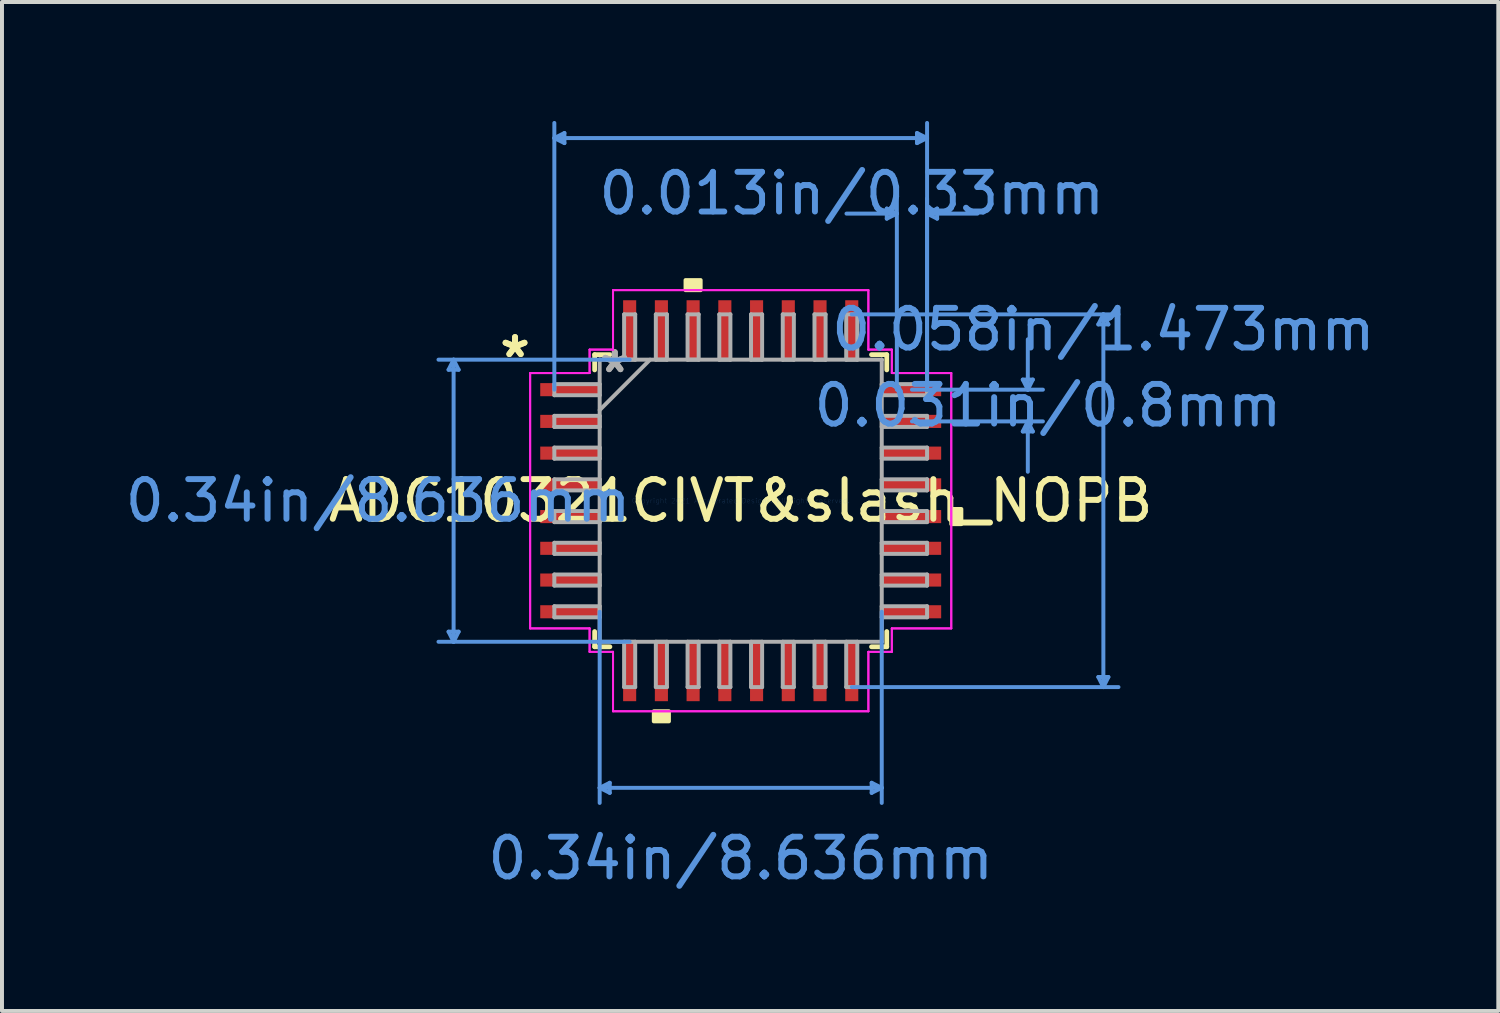
<source format=kicad_pcb>
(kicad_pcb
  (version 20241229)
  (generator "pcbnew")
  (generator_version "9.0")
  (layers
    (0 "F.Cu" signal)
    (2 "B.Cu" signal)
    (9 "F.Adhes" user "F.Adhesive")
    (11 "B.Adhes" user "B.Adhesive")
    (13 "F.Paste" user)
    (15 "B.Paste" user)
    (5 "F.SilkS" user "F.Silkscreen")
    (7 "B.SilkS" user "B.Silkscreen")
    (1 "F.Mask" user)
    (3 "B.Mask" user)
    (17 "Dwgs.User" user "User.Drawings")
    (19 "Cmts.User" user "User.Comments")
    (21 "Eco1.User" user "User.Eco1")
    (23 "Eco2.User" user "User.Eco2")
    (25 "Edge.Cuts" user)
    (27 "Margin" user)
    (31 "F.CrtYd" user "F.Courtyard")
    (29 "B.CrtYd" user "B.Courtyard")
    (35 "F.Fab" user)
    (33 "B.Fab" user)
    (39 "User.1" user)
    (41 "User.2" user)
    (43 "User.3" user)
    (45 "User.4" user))
  (footprint "ADC10321CIVT&slash_NOPB"
    (layer "F.Cu")
    (at 15.626 9.575)
    (property "Reference" "ADC10321CIVT&slash_NOPB" (at 0 0 0) (layer "F.SilkS") (effects (font (size 1 1) (thickness 0.15))))
    (attr through_hole)
    (fp_line (start -3.683 -3.683) (end -3.683 -3.298) (stroke (width 0.12) (type solid)) (layer "F.SilkS"))
    (fp_line (start -3.683 3.298) (end -3.683 3.683) (stroke (width 0.12) (type solid)) (layer "F.SilkS"))
    (fp_line (start -3.683 3.683) (end -3.298 3.683) (stroke (width 0.12) (type solid)) (layer "F.SilkS"))
    (fp_line (start -3.298 -3.683) (end -3.683 -3.683) (stroke (width 0.12) (type solid)) (layer "F.SilkS"))
    (fp_line (start 3.298 3.683) (end 3.683 3.683) (stroke (width 0.12) (type solid)) (layer "F.SilkS"))
    (fp_line (start 3.683 -3.683) (end 3.298 -3.683) (stroke (width 0.12) (type solid)) (layer "F.SilkS"))
    (fp_line (start 3.683 -3.298) (end 3.683 -3.683) (stroke (width 0.12) (type solid)) (layer "F.SilkS"))
    (fp_line (start 3.683 3.683) (end 3.683 3.298) (stroke (width 0.12) (type solid)) (layer "F.SilkS"))
    (fp_poly (pts (xy -2.191 5.309) (xy -2.191 5.563) (xy -1.81 5.563) (xy -1.81 5.309)) (stroke (width 0.1) (type solid)) (fill yes) (layer "F.SilkS"))
    (fp_poly (pts (xy -1.391 -5.309) (xy -1.391 -5.563) (xy -1.01 -5.563) (xy -1.01 -5.309)) (stroke (width 0.1) (type solid)) (fill yes) (layer "F.SilkS"))
    (fp_poly (pts (xy 5.563 0.209) (xy 5.563 0.59) (xy 5.309 0.59) (xy 5.309 0.209)) (stroke (width 0.1) (type solid)) (fill yes) (layer "F.SilkS"))
    (fp_line (start -7.366 -3.302) (end -7.112 -3.302) (stroke (width 0.1) (type solid)) (layer "Cmts.User"))
    (fp_line (start -7.366 3.302) (end -7.112 3.302) (stroke (width 0.1) (type solid)) (layer "Cmts.User"))
    (fp_line (start -7.239 -3.556) (end -7.366 -3.302) (stroke (width 0.1) (type solid)) (layer "Cmts.User"))
    (fp_line (start -7.239 -3.556) (end -7.239 3.556) (stroke (width 0.1) (type solid)) (layer "Cmts.User"))
    (fp_line (start -7.239 -3.556) (end -7.112 -3.302) (stroke (width 0.1) (type solid)) (layer "Cmts.User"))
    (fp_line (start -7.239 3.556) (end -7.366 3.302) (stroke (width 0.1) (type solid)) (layer "Cmts.User"))
    (fp_line (start -7.239 3.556) (end -7.112 3.302) (stroke (width 0.1) (type solid)) (layer "Cmts.User"))
    (fp_line (start -4.699 -9.144) (end -4.445 -9.271) (stroke (width 0.1) (type solid)) (layer "Cmts.User"))
    (fp_line (start -4.699 -9.144) (end -4.445 -9.017) (stroke (width 0.1) (type solid)) (layer "Cmts.User"))
    (fp_line (start -4.699 -9.144) (end 4.699 -9.144) (stroke (width 0.1) (type solid)) (layer "Cmts.User"))
    (fp_line (start -4.699 -2.8) (end -4.699 -9.525) (stroke (width 0.1) (type solid)) (layer "Cmts.User"))
    (fp_line (start -4.445 -9.271) (end -4.445 -9.017) (stroke (width 0.1) (type solid)) (layer "Cmts.User"))
    (fp_line (start -3.556 2.8) (end -3.556 7.62) (stroke (width 0.1) (type solid)) (layer "Cmts.User"))
    (fp_line (start -3.556 7.239) (end -3.302 7.112) (stroke (width 0.1) (type solid)) (layer "Cmts.User"))
    (fp_line (start -3.556 7.239) (end -3.302 7.366) (stroke (width 0.1) (type solid)) (layer "Cmts.User"))
    (fp_line (start -3.556 7.239) (end 3.556 7.239) (stroke (width 0.1) (type solid)) (layer "Cmts.User"))
    (fp_line (start -3.302 7.112) (end -3.302 7.366) (stroke (width 0.1) (type solid)) (layer "Cmts.User"))
    (fp_line (start -2.8 -3.556) (end -7.62 -3.556) (stroke (width 0.1) (type solid)) (layer "Cmts.User"))
    (fp_line (start -2.8 3.556) (end -7.62 3.556) (stroke (width 0.1) (type solid)) (layer "Cmts.User"))
    (fp_line (start 2.8 -4.699) (end 9.525 -4.699) (stroke (width 0.1) (type solid)) (layer "Cmts.User"))
    (fp_line (start 2.8 4.699) (end 9.525 4.699) (stroke (width 0.1) (type solid)) (layer "Cmts.User"))
    (fp_line (start 3.302 7.112) (end 3.302 7.366) (stroke (width 0.1) (type solid)) (layer "Cmts.User"))
    (fp_line (start 3.556 2.8) (end 3.556 7.62) (stroke (width 0.1) (type solid)) (layer "Cmts.User"))
    (fp_line (start 3.556 7.239) (end 3.302 7.112) (stroke (width 0.1) (type solid)) (layer "Cmts.User"))
    (fp_line (start 3.556 7.239) (end 3.302 7.366) (stroke (width 0.1) (type solid)) (layer "Cmts.User"))
    (fp_line (start 3.683 -7.366) (end 3.683 -7.112) (stroke (width 0.1) (type solid)) (layer "Cmts.User"))
    (fp_line (start 3.937 -7.239) (end 2.667 -7.239) (stroke (width 0.1) (type solid)) (layer "Cmts.User"))
    (fp_line (start 3.937 -7.239) (end 3.683 -7.366) (stroke (width 0.1) (type solid)) (layer "Cmts.User"))
    (fp_line (start 3.937 -7.239) (end 3.683 -7.112) (stroke (width 0.1) (type solid)) (layer "Cmts.User"))
    (fp_line (start 3.937 -2.8) (end 3.937 -7.62) (stroke (width 0.1) (type solid)) (layer "Cmts.User"))
    (fp_line (start 4.318 -2.8) (end 7.62 -2.8) (stroke (width 0.1) (type solid)) (layer "Cmts.User"))
    (fp_line (start 4.318 -2) (end 7.62 -2) (stroke (width 0.1) (type solid)) (layer "Cmts.User"))
    (fp_line (start 4.445 -9.271) (end 4.445 -9.017) (stroke (width 0.1) (type solid)) (layer "Cmts.User"))
    (fp_line (start 4.699 -9.144) (end 4.445 -9.271) (stroke (width 0.1) (type solid)) (layer "Cmts.User"))
    (fp_line (start 4.699 -9.144) (end 4.445 -9.017) (stroke (width 0.1) (type solid)) (layer "Cmts.User"))
    (fp_line (start 4.699 -7.239) (end 4.953 -7.366) (stroke (width 0.1) (type solid)) (layer "Cmts.User"))
    (fp_line (start 4.699 -7.239) (end 4.953 -7.112) (stroke (width 0.1) (type solid)) (layer "Cmts.User"))
    (fp_line (start 4.699 -7.239) (end 5.969 -7.239) (stroke (width 0.1) (type solid)) (layer "Cmts.User"))
    (fp_line (start 4.699 -2.8) (end 4.699 -9.525) (stroke (width 0.1) (type solid)) (layer "Cmts.User"))
    (fp_line (start 4.699 -2.8) (end 4.699 -7.62) (stroke (width 0.1) (type solid)) (layer "Cmts.User"))
    (fp_line (start 4.953 -7.366) (end 4.953 -7.112) (stroke (width 0.1) (type solid)) (layer "Cmts.User"))
    (fp_line (start 7.112 -3.054) (end 7.366 -3.054) (stroke (width 0.1) (type solid)) (layer "Cmts.User"))
    (fp_line (start 7.112 -1.746) (end 7.366 -1.746) (stroke (width 0.1) (type solid)) (layer "Cmts.User"))
    (fp_line (start 7.239 -2.8) (end 7.112 -3.054) (stroke (width 0.1) (type solid)) (layer "Cmts.User"))
    (fp_line (start 7.239 -2.8) (end 7.239 -4.07) (stroke (width 0.1) (type solid)) (layer "Cmts.User"))
    (fp_line (start 7.239 -2.8) (end 7.366 -3.054) (stroke (width 0.1) (type solid)) (layer "Cmts.User"))
    (fp_line (start 7.239 -2) (end 7.112 -1.746) (stroke (width 0.1) (type solid)) (layer "Cmts.User"))
    (fp_line (start 7.239 -2) (end 7.239 -0.73) (stroke (width 0.1) (type solid)) (layer "Cmts.User"))
    (fp_line (start 7.239 -2) (end 7.366 -1.746) (stroke (width 0.1) (type solid)) (layer "Cmts.User"))
    (fp_line (start 9.017 -4.445) (end 9.271 -4.445) (stroke (width 0.1) (type solid)) (layer "Cmts.User"))
    (fp_line (start 9.017 4.445) (end 9.271 4.445) (stroke (width 0.1) (type solid)) (layer "Cmts.User"))
    (fp_line (start 9.144 -4.699) (end 9.017 -4.445) (stroke (width 0.1) (type solid)) (layer "Cmts.User"))
    (fp_line (start 9.144 -4.699) (end 9.144 4.699) (stroke (width 0.1) (type solid)) (layer "Cmts.User"))
    (fp_line (start 9.144 -4.699) (end 9.271 -4.445) (stroke (width 0.1) (type solid)) (layer "Cmts.User"))
    (fp_line (start 9.144 4.699) (end 9.017 4.445) (stroke (width 0.1) (type solid)) (layer "Cmts.User"))
    (fp_line (start 9.144 4.699) (end 9.271 4.445) (stroke (width 0.1) (type solid)) (layer "Cmts.User"))
    (fp_line (start -5.309 -3.219) (end -3.81 -3.219) (stroke (width 0.05) (type solid)) (layer "F.CrtYd"))
    (fp_line (start -5.309 -3.219) (end -3.81 -3.219) (stroke (width 0.05) (type solid)) (layer "F.CrtYd"))
    (fp_line (start -5.309 3.219) (end -5.309 -3.219) (stroke (width 0.05) (type solid)) (layer "F.CrtYd"))
    (fp_line (start -5.309 3.219) (end -5.309 -3.219) (stroke (width 0.05) (type solid)) (layer "F.CrtYd"))
    (fp_line (start -3.81 -3.81) (end -3.219 -3.81) (stroke (width 0.05) (type solid)) (layer "F.CrtYd"))
    (fp_line (start -3.81 -3.81) (end -3.219 -3.81) (stroke (width 0.05) (type solid)) (layer "F.CrtYd"))
    (fp_line (start -3.81 -3.219) (end -3.81 -3.81) (stroke (width 0.05) (type solid)) (layer "F.CrtYd"))
    (fp_line (start -3.81 -3.219) (end -3.81 -3.81) (stroke (width 0.05) (type solid)) (layer "F.CrtYd"))
    (fp_line (start -3.81 3.219) (end -5.309 3.219) (stroke (width 0.05) (type solid)) (layer "F.CrtYd"))
    (fp_line (start -3.81 3.219) (end -5.309 3.219) (stroke (width 0.05) (type solid)) (layer "F.CrtYd"))
    (fp_line (start -3.81 3.81) (end -3.81 3.219) (stroke (width 0.05) (type solid)) (layer "F.CrtYd"))
    (fp_line (start -3.81 3.81) (end -3.81 3.219) (stroke (width 0.05) (type solid)) (layer "F.CrtYd"))
    (fp_line (start -3.81 3.81) (end -3.219 3.81) (stroke (width 0.05) (type solid)) (layer "F.CrtYd"))
    (fp_line (start -3.219 -5.309) (end 3.219 -5.309) (stroke (width 0.05) (type solid)) (layer "F.CrtYd"))
    (fp_line (start -3.219 -5.309) (end 3.219 -5.309) (stroke (width 0.05) (type solid)) (layer "F.CrtYd"))
    (fp_line (start -3.219 -3.81) (end -3.219 -5.309) (stroke (width 0.05) (type solid)) (layer "F.CrtYd"))
    (fp_line (start -3.219 -3.81) (end -3.219 -5.309) (stroke (width 0.05) (type solid)) (layer "F.CrtYd"))
    (fp_line (start -3.219 3.81) (end -3.81 3.81) (stroke (width 0.05) (type solid)) (layer "F.CrtYd"))
    (fp_line (start -3.219 3.81) (end -3.219 5.309) (stroke (width 0.05) (type solid)) (layer "F.CrtYd"))
    (fp_line (start -3.219 5.309) (end -3.219 3.81) (stroke (width 0.05) (type solid)) (layer "F.CrtYd"))
    (fp_line (start -3.219 5.309) (end 3.219 5.309) (stroke (width 0.05) (type solid)) (layer "F.CrtYd"))
    (fp_line (start 3.219 -5.309) (end 3.219 -3.81) (stroke (width 0.05) (type solid)) (layer "F.CrtYd"))
    (fp_line (start 3.219 -5.309) (end 3.219 -3.81) (stroke (width 0.05) (type solid)) (layer "F.CrtYd"))
    (fp_line (start 3.219 -3.81) (end 3.81 -3.81) (stroke (width 0.05) (type solid)) (layer "F.CrtYd"))
    (fp_line (start 3.219 -3.81) (end 3.81 -3.81) (stroke (width 0.05) (type solid)) (layer "F.CrtYd"))
    (fp_line (start 3.219 3.81) (end 3.219 5.309) (stroke (width 0.05) (type solid)) (layer "F.CrtYd"))
    (fp_line (start 3.219 3.81) (end 3.81 3.81) (stroke (width 0.05) (type solid)) (layer "F.CrtYd"))
    (fp_line (start 3.219 5.309) (end -3.219 5.309) (stroke (width 0.05) (type solid)) (layer "F.CrtYd"))
    (fp_line (start 3.219 5.309) (end 3.219 3.81) (stroke (width 0.05) (type solid)) (layer "F.CrtYd"))
    (fp_line (start 3.81 -3.81) (end 3.81 -3.219) (stroke (width 0.05) (type solid)) (layer "F.CrtYd"))
    (fp_line (start 3.81 -3.219) (end 3.81 -3.81) (stroke (width 0.05) (type solid)) (layer "F.CrtYd"))
    (fp_line (start 3.81 -3.219) (end 5.309 -3.219) (stroke (width 0.05) (type solid)) (layer "F.CrtYd"))
    (fp_line (start 3.81 3.219) (end 3.81 3.81) (stroke (width 0.05) (type solid)) (layer "F.CrtYd"))
    (fp_line (start 3.81 3.219) (end 5.309 3.219) (stroke (width 0.05) (type solid)) (layer "F.CrtYd"))
    (fp_line (start 3.81 3.81) (end 3.219 3.81) (stroke (width 0.05) (type solid)) (layer "F.CrtYd"))
    (fp_line (start 3.81 3.81) (end 3.81 3.219) (stroke (width 0.05) (type solid)) (layer "F.CrtYd"))
    (fp_line (start 5.309 -3.219) (end 3.81 -3.219) (stroke (width 0.05) (type solid)) (layer "F.CrtYd"))
    (fp_line (start 5.309 -3.219) (end 5.309 3.219) (stroke (width 0.05) (type solid)) (layer "F.CrtYd"))
    (fp_line (start 5.309 3.219) (end 3.81 3.219) (stroke (width 0.05) (type solid)) (layer "F.CrtYd"))
    (fp_line (start 5.309 3.219) (end 5.309 -3.219) (stroke (width 0.05) (type solid)) (layer "F.CrtYd"))
    (fp_line (start -4.699 -2.94) (end -4.699 -2.66) (stroke (width 0.1) (type solid)) (layer "F.Fab"))
    (fp_line (start -4.699 -2.66) (end -3.556 -2.66) (stroke (width 0.1) (type solid)) (layer "F.Fab"))
    (fp_line (start -4.699 -2.14) (end -4.699 -1.86) (stroke (width 0.1) (type solid)) (layer "F.Fab"))
    (fp_line (start -4.699 -1.86) (end -3.556 -1.86) (stroke (width 0.1) (type solid)) (layer "F.Fab"))
    (fp_line (start -4.699 -1.34) (end -4.699 -1.06) (stroke (width 0.1) (type solid)) (layer "F.Fab"))
    (fp_line (start -4.699 -1.06) (end -3.556 -1.06) (stroke (width 0.1) (type solid)) (layer "F.Fab"))
    (fp_line (start -4.699 -0.54) (end -4.699 -0.26) (stroke (width 0.1) (type solid)) (layer "F.Fab"))
    (fp_line (start -4.699 -0.26) (end -3.556 -0.26) (stroke (width 0.1) (type solid)) (layer "F.Fab"))
    (fp_line (start -4.699 0.26) (end -4.699 0.54) (stroke (width 0.1) (type solid)) (layer "F.Fab"))
    (fp_line (start -4.699 0.54) (end -3.556 0.54) (stroke (width 0.1) (type solid)) (layer "F.Fab"))
    (fp_line (start -4.699 1.06) (end -4.699 1.34) (stroke (width 0.1) (type solid)) (layer "F.Fab"))
    (fp_line (start -4.699 1.34) (end -3.556 1.34) (stroke (width 0.1) (type solid)) (layer "F.Fab"))
    (fp_line (start -4.699 1.86) (end -4.699 2.14) (stroke (width 0.1) (type solid)) (layer "F.Fab"))
    (fp_line (start -4.699 2.14) (end -3.556 2.14) (stroke (width 0.1) (type solid)) (layer "F.Fab"))
    (fp_line (start -4.699 2.66) (end -4.699 2.94) (stroke (width 0.1) (type solid)) (layer "F.Fab"))
    (fp_line (start -4.699 2.94) (end -3.556 2.94) (stroke (width 0.1) (type solid)) (layer "F.Fab"))
    (fp_line (start -3.556 -3.556) (end -3.556 -3.556) (stroke (width 0.1) (type solid)) (layer "F.Fab"))
    (fp_line (start -3.556 -3.556) (end -3.556 3.556) (stroke (width 0.1) (type solid)) (layer "F.Fab"))
    (fp_line (start -3.556 -2.94) (end -4.699 -2.94) (stroke (width 0.1) (type solid)) (layer "F.Fab"))
    (fp_line (start -3.556 -2.66) (end -3.556 -2.94) (stroke (width 0.1) (type solid)) (layer "F.Fab"))
    (fp_line (start -3.556 -2.286) (end -2.286 -3.556) (stroke (width 0.1) (type solid)) (layer "F.Fab"))
    (fp_line (start -3.556 -2.14) (end -4.699 -2.14) (stroke (width 0.1) (type solid)) (layer "F.Fab"))
    (fp_line (start -3.556 -1.86) (end -3.556 -2.14) (stroke (width 0.1) (type solid)) (layer "F.Fab"))
    (fp_line (start -3.556 -1.34) (end -4.699 -1.34) (stroke (width 0.1) (type solid)) (layer "F.Fab"))
    (fp_line (start -3.556 -1.06) (end -3.556 -1.34) (stroke (width 0.1) (type solid)) (layer "F.Fab"))
    (fp_line (start -3.556 -0.54) (end -4.699 -0.54) (stroke (width 0.1) (type solid)) (layer "F.Fab"))
    (fp_line (start -3.556 -0.26) (end -3.556 -0.54) (stroke (width 0.1) (type solid)) (layer "F.Fab"))
    (fp_line (start -3.556 0.26) (end -4.699 0.26) (stroke (width 0.1) (type solid)) (layer "F.Fab"))
    (fp_line (start -3.556 0.54) (end -3.556 0.26) (stroke (width 0.1) (type solid)) (layer "F.Fab"))
    (fp_line (start -3.556 1.06) (end -4.699 1.06) (stroke (width 0.1) (type solid)) (layer "F.Fab"))
    (fp_line (start -3.556 1.34) (end -3.556 1.06) (stroke (width 0.1) (type solid)) (layer "F.Fab"))
    (fp_line (start -3.556 1.86) (end -4.699 1.86) (stroke (width 0.1) (type solid)) (layer "F.Fab"))
    (fp_line (start -3.556 2.14) (end -3.556 1.86) (stroke (width 0.1) (type solid)) (layer "F.Fab"))
    (fp_line (start -3.556 2.66) (end -4.699 2.66) (stroke (width 0.1) (type solid)) (layer "F.Fab"))
    (fp_line (start -3.556 2.94) (end -3.556 2.66) (stroke (width 0.1) (type solid)) (layer "F.Fab"))
    (fp_line (start -3.556 3.556) (end -3.556 3.556) (stroke (width 0.1) (type solid)) (layer "F.Fab"))
    (fp_line (start -3.556 3.556) (end 3.556 3.556) (stroke (width 0.1) (type solid)) (layer "F.Fab"))
    (fp_line (start -2.94 -4.699) (end -2.94 -3.556) (stroke (width 0.1) (type solid)) (layer "F.Fab"))
    (fp_line (start -2.94 -3.556) (end -2.66 -3.556) (stroke (width 0.1) (type solid)) (layer "F.Fab"))
    (fp_line (start -2.94 3.556) (end -2.94 4.699) (stroke (width 0.1) (type solid)) (layer "F.Fab"))
    (fp_line (start -2.94 4.699) (end -2.66 4.699) (stroke (width 0.1) (type solid)) (layer "F.Fab"))
    (fp_line (start -2.66 -4.699) (end -2.94 -4.699) (stroke (width 0.1) (type solid)) (layer "F.Fab"))
    (fp_line (start -2.66 -3.556) (end -2.66 -4.699) (stroke (width 0.1) (type solid)) (layer "F.Fab"))
    (fp_line (start -2.66 3.556) (end -2.94 3.556) (stroke (width 0.1) (type solid)) (layer "F.Fab"))
    (fp_line (start -2.66 4.699) (end -2.66 3.556) (stroke (width 0.1) (type solid)) (layer "F.Fab"))
    (fp_line (start -2.14 -4.699) (end -2.14 -3.556) (stroke (width 0.1) (type solid)) (layer "F.Fab"))
    (fp_line (start -2.14 -3.556) (end -1.86 -3.556) (stroke (width 0.1) (type solid)) (layer "F.Fab"))
    (fp_line (start -2.14 3.556) (end -2.14 4.699) (stroke (width 0.1) (type solid)) (layer "F.Fab"))
    (fp_line (start -2.14 4.699) (end -1.86 4.699) (stroke (width 0.1) (type solid)) (layer "F.Fab"))
    (fp_line (start -1.86 -4.699) (end -2.14 -4.699) (stroke (width 0.1) (type solid)) (layer "F.Fab"))
    (fp_line (start -1.86 -3.556) (end -1.86 -4.699) (stroke (width 0.1) (type solid)) (layer "F.Fab"))
    (fp_line (start -1.86 3.556) (end -2.14 3.556) (stroke (width 0.1) (type solid)) (layer "F.Fab"))
    (fp_line (start -1.86 4.699) (end -1.86 3.556) (stroke (width 0.1) (type solid)) (layer "F.Fab"))
    (fp_line (start -1.34 -4.699) (end -1.34 -3.556) (stroke (width 0.1) (type solid)) (layer "F.Fab"))
    (fp_line (start -1.34 -3.556) (end -1.06 -3.556) (stroke (width 0.1) (type solid)) (layer "F.Fab"))
    (fp_line (start -1.34 3.556) (end -1.34 4.699) (stroke (width 0.1) (type solid)) (layer "F.Fab"))
    (fp_line (start -1.34 4.699) (end -1.06 4.699) (stroke (width 0.1) (type solid)) (layer "F.Fab"))
    (fp_line (start -1.06 -4.699) (end -1.34 -4.699) (stroke (width 0.1) (type solid)) (layer "F.Fab"))
    (fp_line (start -1.06 -3.556) (end -1.06 -4.699) (stroke (width 0.1) (type solid)) (layer "F.Fab"))
    (fp_line (start -1.06 3.556) (end -1.34 3.556) (stroke (width 0.1) (type solid)) (layer "F.Fab"))
    (fp_line (start -1.06 4.699) (end -1.06 3.556) (stroke (width 0.1) (type solid)) (layer "F.Fab"))
    (fp_line (start -0.54 -4.699) (end -0.54 -3.556) (stroke (width 0.1) (type solid)) (layer "F.Fab"))
    (fp_line (start -0.54 -3.556) (end -0.26 -3.556) (stroke (width 0.1) (type solid)) (layer "F.Fab"))
    (fp_line (start -0.54 3.556) (end -0.54 4.699) (stroke (width 0.1) (type solid)) (layer "F.Fab"))
    (fp_line (start -0.54 4.699) (end -0.26 4.699) (stroke (width 0.1) (type solid)) (layer "F.Fab"))
    (fp_line (start -0.26 -4.699) (end -0.54 -4.699) (stroke (width 0.1) (type solid)) (layer "F.Fab"))
    (fp_line (start -0.26 -3.556) (end -0.26 -4.699) (stroke (width 0.1) (type solid)) (layer "F.Fab"))
    (fp_line (start -0.26 3.556) (end -0.54 3.556) (stroke (width 0.1) (type solid)) (layer "F.Fab"))
    (fp_line (start -0.26 4.699) (end -0.26 3.556) (stroke (width 0.1) (type solid)) (layer "F.Fab"))
    (fp_line (start 0.26 -4.699) (end 0.26 -3.556) (stroke (width 0.1) (type solid)) (layer "F.Fab"))
    (fp_line (start 0.26 -3.556) (end 0.54 -3.556) (stroke (width 0.1) (type solid)) (layer "F.Fab"))
    (fp_line (start 0.26 3.556) (end 0.26 4.699) (stroke (width 0.1) (type solid)) (layer "F.Fab"))
    (fp_line (start 0.26 4.699) (end 0.54 4.699) (stroke (width 0.1) (type solid)) (layer "F.Fab"))
    (fp_line (start 0.54 -4.699) (end 0.26 -4.699) (stroke (width 0.1) (type solid)) (layer "F.Fab"))
    (fp_line (start 0.54 -3.556) (end 0.54 -4.699) (stroke (width 0.1) (type solid)) (layer "F.Fab"))
    (fp_line (start 0.54 3.556) (end 0.26 3.556) (stroke (width 0.1) (type solid)) (layer "F.Fab"))
    (fp_line (start 0.54 4.699) (end 0.54 3.556) (stroke (width 0.1) (type solid)) (layer "F.Fab"))
    (fp_line (start 1.06 -4.699) (end 1.06 -3.556) (stroke (width 0.1) (type solid)) (layer "F.Fab"))
    (fp_line (start 1.06 -3.556) (end 1.34 -3.556) (stroke (width 0.1) (type solid)) (layer "F.Fab"))
    (fp_line (start 1.06 3.556) (end 1.06 4.699) (stroke (width 0.1) (type solid)) (layer "F.Fab"))
    (fp_line (start 1.06 4.699) (end 1.34 4.699) (stroke (width 0.1) (type solid)) (layer "F.Fab"))
    (fp_line (start 1.34 -4.699) (end 1.06 -4.699) (stroke (width 0.1) (type solid)) (layer "F.Fab"))
    (fp_line (start 1.34 -3.556) (end 1.34 -4.699) (stroke (width 0.1) (type solid)) (layer "F.Fab"))
    (fp_line (start 1.34 3.556) (end 1.06 3.556) (stroke (width 0.1) (type solid)) (layer "F.Fab"))
    (fp_line (start 1.34 4.699) (end 1.34 3.556) (stroke (width 0.1) (type solid)) (layer "F.Fab"))
    (fp_line (start 1.86 -4.699) (end 1.86 -3.556) (stroke (width 0.1) (type solid)) (layer "F.Fab"))
    (fp_line (start 1.86 -3.556) (end 2.14 -3.556) (stroke (width 0.1) (type solid)) (layer "F.Fab"))
    (fp_line (start 1.86 3.556) (end 1.86 4.699) (stroke (width 0.1) (type solid)) (layer "F.Fab"))
    (fp_line (start 1.86 4.699) (end 2.14 4.699) (stroke (width 0.1) (type solid)) (layer "F.Fab"))
    (fp_line (start 2.14 -4.699) (end 1.86 -4.699) (stroke (width 0.1) (type solid)) (layer "F.Fab"))
    (fp_line (start 2.14 -3.556) (end 2.14 -4.699) (stroke (width 0.1) (type solid)) (layer "F.Fab"))
    (fp_line (start 2.14 3.556) (end 1.86 3.556) (stroke (width 0.1) (type solid)) (layer "F.Fab"))
    (fp_line (start 2.14 4.699) (end 2.14 3.556) (stroke (width 0.1) (type solid)) (layer "F.Fab"))
    (fp_line (start 2.66 -4.699) (end 2.66 -3.556) (stroke (width 0.1) (type solid)) (layer "F.Fab"))
    (fp_line (start 2.66 -3.556) (end 2.94 -3.556) (stroke (width 0.1) (type solid)) (layer "F.Fab"))
    (fp_line (start 2.66 3.556) (end 2.66 4.699) (stroke (width 0.1) (type solid)) (layer "F.Fab"))
    (fp_line (start 2.66 4.699) (end 2.94 4.699) (stroke (width 0.1) (type solid)) (layer "F.Fab"))
    (fp_line (start 2.94 -4.699) (end 2.66 -4.699) (stroke (width 0.1) (type solid)) (layer "F.Fab"))
    (fp_line (start 2.94 -3.556) (end 2.94 -4.699) (stroke (width 0.1) (type solid)) (layer "F.Fab"))
    (fp_line (start 2.94 3.556) (end 2.66 3.556) (stroke (width 0.1) (type solid)) (layer "F.Fab"))
    (fp_line (start 2.94 4.699) (end 2.94 3.556) (stroke (width 0.1) (type solid)) (layer "F.Fab"))
    (fp_line (start 3.556 -3.556) (end -3.556 -3.556) (stroke (width 0.1) (type solid)) (layer "F.Fab"))
    (fp_line (start 3.556 -3.556) (end 3.556 -3.556) (stroke (width 0.1) (type solid)) (layer "F.Fab"))
    (fp_line (start 3.556 -2.94) (end 3.556 -2.66) (stroke (width 0.1) (type solid)) (layer "F.Fab"))
    (fp_line (start 3.556 -2.66) (end 4.699 -2.66) (stroke (width 0.1) (type solid)) (layer "F.Fab"))
    (fp_line (start 3.556 -2.14) (end 3.556 -1.86) (stroke (width 0.1) (type solid)) (layer "F.Fab"))
    (fp_line (start 3.556 -1.86) (end 4.699 -1.86) (stroke (width 0.1) (type solid)) (layer "F.Fab"))
    (fp_line (start 3.556 -1.34) (end 3.556 -1.06) (stroke (width 0.1) (type solid)) (layer "F.Fab"))
    (fp_line (start 3.556 -1.06) (end 4.699 -1.06) (stroke (width 0.1) (type solid)) (layer "F.Fab"))
    (fp_line (start 3.556 -0.54) (end 3.556 -0.26) (stroke (width 0.1) (type solid)) (layer "F.Fab"))
    (fp_line (start 3.556 -0.26) (end 4.699 -0.26) (stroke (width 0.1) (type solid)) (layer "F.Fab"))
    (fp_line (start 3.556 0.26) (end 3.556 0.54) (stroke (width 0.1) (type solid)) (layer "F.Fab"))
    (fp_line (start 3.556 0.54) (end 4.699 0.54) (stroke (width 0.1) (type solid)) (layer "F.Fab"))
    (fp_line (start 3.556 1.06) (end 3.556 1.34) (stroke (width 0.1) (type solid)) (layer "F.Fab"))
    (fp_line (start 3.556 1.34) (end 4.699 1.34) (stroke (width 0.1) (type solid)) (layer "F.Fab"))
    (fp_line (start 3.556 1.86) (end 3.556 2.14) (stroke (width 0.1) (type solid)) (layer "F.Fab"))
    (fp_line (start 3.556 2.14) (end 4.699 2.14) (stroke (width 0.1) (type solid)) (layer "F.Fab"))
    (fp_line (start 3.556 2.66) (end 3.556 2.94) (stroke (width 0.1) (type solid)) (layer "F.Fab"))
    (fp_line (start 3.556 2.94) (end 4.699 2.94) (stroke (width 0.1) (type solid)) (layer "F.Fab"))
    (fp_line (start 3.556 3.556) (end 3.556 -3.556) (stroke (width 0.1) (type solid)) (layer "F.Fab"))
    (fp_line (start 3.556 3.556) (end 3.556 3.556) (stroke (width 0.1) (type solid)) (layer "F.Fab"))
    (fp_line (start 4.699 -2.94) (end 3.556 -2.94) (stroke (width 0.1) (type solid)) (layer "F.Fab"))
    (fp_line (start 4.699 -2.66) (end 4.699 -2.94) (stroke (width 0.1) (type solid)) (layer "F.Fab"))
    (fp_line (start 4.699 -2.14) (end 3.556 -2.14) (stroke (width 0.1) (type solid)) (layer "F.Fab"))
    (fp_line (start 4.699 -1.86) (end 4.699 -2.14) (stroke (width 0.1) (type solid)) (layer "F.Fab"))
    (fp_line (start 4.699 -1.34) (end 3.556 -1.34) (stroke (width 0.1) (type solid)) (layer "F.Fab"))
    (fp_line (start 4.699 -1.06) (end 4.699 -1.34) (stroke (width 0.1) (type solid)) (layer "F.Fab"))
    (fp_line (start 4.699 -0.54) (end 3.556 -0.54) (stroke (width 0.1) (type solid)) (layer "F.Fab"))
    (fp_line (start 4.699 -0.26) (end 4.699 -0.54) (stroke (width 0.1) (type solid)) (layer "F.Fab"))
    (fp_line (start 4.699 0.26) (end 3.556 0.26) (stroke (width 0.1) (type solid)) (layer "F.Fab"))
    (fp_line (start 4.699 0.54) (end 4.699 0.26) (stroke (width 0.1) (type solid)) (layer "F.Fab"))
    (fp_line (start 4.699 1.06) (end 3.556 1.06) (stroke (width 0.1) (type solid)) (layer "F.Fab"))
    (fp_line (start 4.699 1.34) (end 4.699 1.06) (stroke (width 0.1) (type solid)) (layer "F.Fab"))
    (fp_line (start 4.699 1.86) (end 3.556 1.86) (stroke (width 0.1) (type solid)) (layer "F.Fab"))
    (fp_line (start 4.699 2.14) (end 4.699 1.86) (stroke (width 0.1) (type solid)) (layer "F.Fab"))
    (fp_line (start 4.699 2.66) (end 3.556 2.66) (stroke (width 0.1) (type solid)) (layer "F.Fab"))
    (fp_line (start 4.699 2.94) (end 4.699 2.66) (stroke (width 0.1) (type solid)) (layer "F.Fab"))
    (fp_text user "*" (at -5.69 -3.581 0) (layer "F.SilkS") (effects (font (size 1 1) (thickness 0.15))))
    (fp_text user "*" (at -5.69 -3.581 0) (layer "F.SilkS") (effects (font (size 1 1) (thickness 0.15))))
    (fp_text user "0.013in/0.33mm" (at 2.8 -7.747 0) (layer "Cmts.User") (effects (font (size 1 1) (thickness 0.15))))
    (fp_text user "Copyright 2021 Accelerated Designs. All rights reserved." (at 0 0 0) (layer "Cmts.User") (effects (font (size 0.127 0.127) (thickness 0.002))))
    (fp_text user "0.058in/1.473mm" (at 9.144 -4.318 0) (layer "Cmts.User") (effects (font (size 1 1) (thickness 0.15))))
    (fp_text user "0.34in/8.636mm" (at 0 9.017 0) (layer "Cmts.User") (effects (font (size 1 1) (thickness 0.15))))
    (fp_text user "0.34in/8.636mm" (at -9.144 0 0) (layer "Cmts.User") (effects (font (size 1 1) (thickness 0.15))))
    (fp_text user "0.031in/0.8mm" (at 7.747 -2.4 0) (layer "Cmts.User") (effects (font (size 1 1) (thickness 0.15))))
    (fp_text user "*" (at -3.175 -3.2 0) (layer "F.Fab") (effects (font (size 1 1) (thickness 0.15))))
    (fp_text user "*" (at -3.175 -3.2 0) (layer "F.Fab") (effects (font (size 1 1) (thickness 0.15))))
    (pad "1" smd rect (at -4.318 -2.8 90) (size 0.33 1.473) (layers "F.Cu" "F.Mask" "F.Paste"))
    (pad "2" smd rect (at -4.318 -2 90) (size 0.33 1.473) (layers "F.Cu" "F.Mask" "F.Paste"))
    (pad "3" smd rect (at -4.318 -1.2 90) (size 0.33 1.473) (layers "F.Cu" "F.Mask" "F.Paste"))
    (pad "4" smd rect (at -4.318 -0.4 90) (size 0.33 1.473) (layers "F.Cu" "F.Mask" "F.Paste"))
    (pad "5" smd rect (at -4.318 0.4 90) (size 0.33 1.473) (layers "F.Cu" "F.Mask" "F.Paste"))
    (pad "6" smd rect (at -4.318 1.2 90) (size 0.33 1.473) (layers "F.Cu" "F.Mask" "F.Paste"))
    (pad "7" smd rect (at -4.318 2 90) (size 0.33 1.473) (layers "F.Cu" "F.Mask" "F.Paste"))
    (pad "8" smd rect (at -4.318 2.8 90) (size 0.33 1.473) (layers "F.Cu" "F.Mask" "F.Paste"))
    (pad "9" smd rect (at -2.8 4.318) (size 0.33 1.473) (layers "F.Cu" "F.Mask" "F.Paste"))
    (pad "10" smd rect (at -2 4.318) (size 0.33 1.473) (layers "F.Cu" "F.Mask" "F.Paste"))
    (pad "11" smd rect (at -1.2 4.318) (size 0.33 1.473) (layers "F.Cu" "F.Mask" "F.Paste"))
    (pad "12" smd rect (at -0.4 4.318) (size 0.33 1.473) (layers "F.Cu" "F.Mask" "F.Paste"))
    (pad "13" smd rect (at 0.4 4.318) (size 0.33 1.473) (layers "F.Cu" "F.Mask" "F.Paste"))
    (pad "14" smd rect (at 1.2 4.318) (size 0.33 1.473) (layers "F.Cu" "F.Mask" "F.Paste"))
    (pad "15" smd rect (at 2 4.318) (size 0.33 1.473) (layers "F.Cu" "F.Mask" "F.Paste"))
    (pad "16" smd rect (at 2.8 4.318) (size 0.33 1.473) (layers "F.Cu" "F.Mask" "F.Paste"))
    (pad "17" smd rect (at 4.318 2.8 90) (size 0.33 1.473) (layers "F.Cu" "F.Mask" "F.Paste"))
    (pad "18" smd rect (at 4.318 2 90) (size 0.33 1.473) (layers "F.Cu" "F.Mask" "F.Paste"))
    (pad "19" smd rect (at 4.318 1.2 90) (size 0.33 1.473) (layers "F.Cu" "F.Mask" "F.Paste"))
    (pad "20" smd rect (at 4.318 0.4 90) (size 0.33 1.473) (layers "F.Cu" "F.Mask" "F.Paste"))
    (pad "21" smd rect (at 4.318 -0.4 90) (size 0.33 1.473) (layers "F.Cu" "F.Mask" "F.Paste"))
    (pad "22" smd rect (at 4.318 -1.2 90) (size 0.33 1.473) (layers "F.Cu" "F.Mask" "F.Paste"))
    (pad "23" smd rect (at 4.318 -2 90) (size 0.33 1.473) (layers "F.Cu" "F.Mask" "F.Paste"))
    (pad "24" smd rect (at 4.318 -2.8 90) (size 0.33 1.473) (layers "F.Cu" "F.Mask" "F.Paste"))
    (pad "25" smd rect (at 2.8 -4.318) (size 0.33 1.473) (layers "F.Cu" "F.Mask" "F.Paste"))
    (pad "26" smd rect (at 2 -4.318) (size 0.33 1.473) (layers "F.Cu" "F.Mask" "F.Paste"))
    (pad "27" smd rect (at 1.2 -4.318) (size 0.33 1.473) (layers "F.Cu" "F.Mask" "F.Paste"))
    (pad "28" smd rect (at 0.4 -4.318) (size 0.33 1.473) (layers "F.Cu" "F.Mask" "F.Paste"))
    (pad "29" smd rect (at -0.4 -4.318) (size 0.33 1.473) (layers "F.Cu" "F.Mask" "F.Paste"))
    (pad "30" smd rect (at -1.2 -4.318) (size 0.33 1.473) (layers "F.Cu" "F.Mask" "F.Paste"))
    (pad "31" smd rect (at -2 -4.318) (size 0.33 1.473) (layers "F.Cu" "F.Mask" "F.Paste"))
    (pad "32" smd rect (at -2.8 -4.318) (size 0.33 1.473) (layers "F.Cu" "F.Mask" "F.Paste")))
  (gr_rect
    (start -3 -3)
    (end 34.728 22.44)
    (stroke (width 0.1) (type default))
    (fill no)
    (layer "Edge.Cuts")))
</source>
